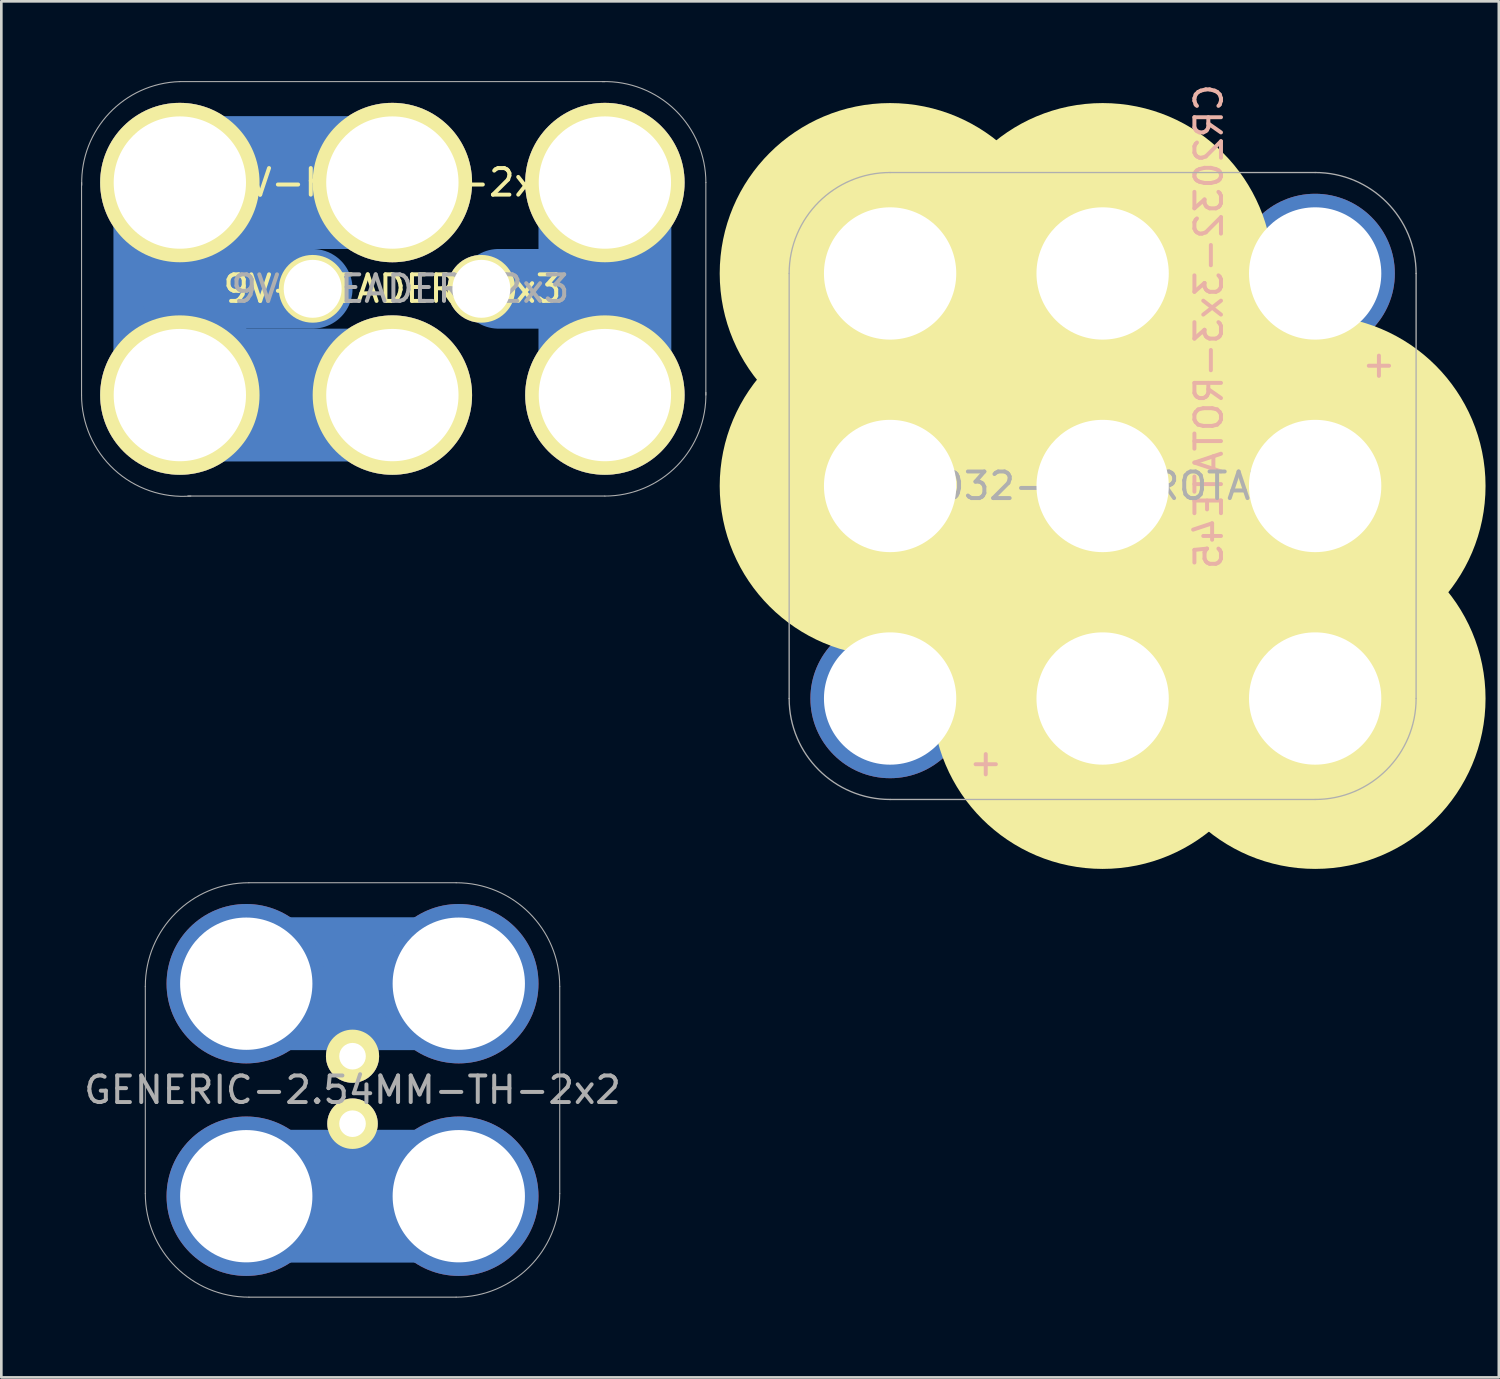
<source format=kicad_pcb>
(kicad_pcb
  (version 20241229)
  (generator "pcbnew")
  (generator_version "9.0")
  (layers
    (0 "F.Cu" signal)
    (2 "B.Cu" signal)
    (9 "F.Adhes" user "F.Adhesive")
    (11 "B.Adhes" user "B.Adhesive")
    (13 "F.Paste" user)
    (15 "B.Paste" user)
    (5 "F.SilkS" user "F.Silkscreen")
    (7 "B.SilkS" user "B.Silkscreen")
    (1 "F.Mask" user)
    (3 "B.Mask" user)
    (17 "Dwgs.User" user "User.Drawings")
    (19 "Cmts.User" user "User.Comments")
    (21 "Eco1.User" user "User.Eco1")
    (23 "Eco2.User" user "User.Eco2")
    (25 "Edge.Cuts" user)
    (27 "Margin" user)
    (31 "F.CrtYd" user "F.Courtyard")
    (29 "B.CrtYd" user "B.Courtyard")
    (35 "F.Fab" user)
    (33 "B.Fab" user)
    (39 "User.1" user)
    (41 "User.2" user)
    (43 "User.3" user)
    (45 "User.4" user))
  (footprint "GENERIC-2.54MM-TH-2x2"
    (layer "F.Cu")
    (at 6.22 41.979)
    (property "Reference" "GENERIC-2.54MM-TH-2x2" (at 4 -4 0) (layer "F.Fab") (effects (font (size 1 1) (thickness 0.15))))
    (attr through_hole)
    (fp_line (start 8 -8) (end 0 -8) (stroke (width 5) (type solid)) (layer "B.Cu"))
    (fp_line (start 8 0) (end 0 0) (stroke (width 5) (type solid)) (layer "B.Cu"))
    (fp_line (start 0 0) (end 8 0) (stroke (width 5) (type solid)) (layer "B.Mask"))
    (fp_line (start 8 -8) (end 0 -8) (stroke (width 5) (type solid)) (layer "B.Mask"))
    (fp_line (start -3.8 -0.1) (end -3.8 -7.9) (stroke (width 0.041) (type solid)) (layer "F.Fab"))
    (fp_line (start 7.9 -11.8) (end 0.1 -11.8) (stroke (width 0.041) (type solid)) (layer "F.Fab"))
    (fp_line (start 7.9 3.8) (end 0.1 3.8) (stroke (width 0.041) (type solid)) (layer "F.Fab"))
    (fp_line (start 11.8 -0.1) (end 11.8 -7.9) (stroke (width 0.041) (type solid)) (layer "F.Fab"))
    (fp_arc (start -3.8 -7.9) (mid -2.657716 -10.657716) (end 0.1 -11.8) (stroke (width 0.04064) (type solid)) (layer "F.Fab"))
    (fp_arc (start 0.1 3.8) (mid -2.657716 2.657716) (end -3.8 -0.1) (stroke (width 0.04064) (type solid)) (layer "F.Fab"))
    (fp_arc (start 7.9 -11.8) (mid 10.657716 -10.657716) (end 11.8 -7.9) (stroke (width 0.04064) (type solid)) (layer "F.Fab"))
    (fp_arc (start 11.8 -0.1) (mid 10.657716 2.657716) (end 7.9 3.8) (stroke (width 0.04064) (type solid)) (layer "F.Fab"))
    (pad "1" thru_hole circle (at 0 -8) (size 6 6) (drill 4.98) (layers "*.Cu" "*.Mask"))
    (pad "1" thru_hole circle (at 4 -5.27) (size 2 2) (drill 1.001) (layers "*.Cu" "*.Mask" "F.SilkS"))
    (pad "1" thru_hole circle (at 8 -8) (size 6 6) (drill 4.98) (layers "*.Cu" "*.Mask"))
    (pad "2" thru_hole circle (at 0 0) (size 6 6) (drill 4.98) (layers "*.Cu" "*.Mask"))
    (pad "2" thru_hole circle (at 4 -2.73 270) (size 1.9 1.9) (drill 1.001) (layers "*.Cu" "*.Mask" "F.SilkS"))
    (pad "2" thru_hole circle (at 8 0) (size 6 6) (drill 4.98) (layers "*.Cu" "*.Mask")))
  (footprint "CR2032-3x3-ROTATE45"
    (layer "F.Cu")
    (at 30.456 23.244)
    (property "Reference" "CR2032-3x3-ROTATE45" (at 12 -14 90) (layer "B.SilkS") (effects (font (size 1 1) (thickness 0.15)) (justify mirror)))
    (attr through_hole)
    (fp_line (start 0 -16) (end 16 0) (stroke (width 5) (type solid)) (layer "B.Cu"))
    (fp_line (start 0 -8) (end 16 -8) (stroke (width 5) (type solid)) (layer "B.Cu"))
    (fp_line (start 8 -16) (end 8 0) (stroke (width 5) (type solid)) (layer "B.Cu"))
    (fp_line (start 0 -16) (end 16 0) (stroke (width 5) (type solid)) (layer "B.Mask"))
    (fp_line (start 0 -8) (end 16 -8) (stroke (width 5) (type solid)) (layer "B.Mask"))
    (fp_line (start 8 -16) (end 8 0) (stroke (width 5) (type solid)) (layer "B.Mask"))
    (fp_circle (center 0 -16) (end 1 -15) (stroke (width 5) (type solid)) (fill no) (layer "F.SilkS"))
    (fp_circle (center 0 -8) (end 1 -7) (stroke (width 5) (type solid)) (fill no) (layer "F.SilkS"))
    (fp_circle (center 8 -16) (end 9 -15) (stroke (width 5) (type solid)) (fill no) (layer "F.SilkS"))
    (fp_circle (center 8 -8) (end 9 -7) (stroke (width 9) (type solid)) (fill no) (layer "F.SilkS"))
    (fp_circle (center 8 0) (end 9 1) (stroke (width 5) (type solid)) (fill no) (layer "F.SilkS"))
    (fp_circle (center 16 -8) (end 17 -7) (stroke (width 5) (type solid)) (fill no) (layer "F.SilkS"))
    (fp_circle (center 16 0) (end 17.414 0) (stroke (width 5) (type solid)) (fill no) (layer "F.SilkS"))
    (fp_line (start -3.8 -16) (end -3.8 0) (stroke (width 0.05) (type solid)) (layer "F.Fab"))
    (fp_line (start 0 -19.8) (end 16 -19.8) (stroke (width 0.05) (type solid)) (layer "F.Fab"))
    (fp_line (start 0 3.8) (end 16 3.8) (stroke (width 0.05) (type solid)) (layer "F.Fab"))
    (fp_line (start 19.8 -16) (end 19.8 0) (stroke (width 0.05) (type solid)) (layer "F.Fab"))
    (fp_arc (start -3.8 -16) (mid -2.687006 -18.687006) (end 0 -19.8) (stroke (width 0.05) (type solid)) (layer "F.Fab"))
    (fp_arc (start 0 3.8) (mid -2.687006 2.687006) (end -3.8 0) (stroke (width 0.05) (type solid)) (layer "F.Fab"))
    (fp_arc (start 16 -19.8) (mid 18.687006 -18.687006) (end 19.8 -16) (stroke (width 0.05) (type solid)) (layer "F.Fab"))
    (fp_arc (start 19.8 0) (mid 18.687006 2.687006) (end 16 3.8) (stroke (width 0.05) (type solid)) (layer "F.Fab"))
    (fp_text user "+" (at 18.4 -12.6 0) (layer "F.SilkS") (effects (font (size 1 1) (thickness 0.15))))
    (fp_text user "+" (at 3.6 2.4 0) (layer "F.SilkS") (effects (font (size 1 1) (thickness 0.15))))
    (fp_text user "+" (at 3.6 2.4 0) (layer "B.SilkS") (effects (font (size 1 1) (thickness 0.15)) (justify mirror)))
    (fp_text user "+" (at 18.4 -12.6 0) (layer "B.SilkS") (effects (font (size 1 1) (thickness 0.15)) (justify mirror)))
    (fp_text user "${REFERENCE}" (at 8 -8 0) (layer "F.Fab") (effects (font (size 1 1) (thickness 0.15))))
    (pad "+" thru_hole circle (at 0 0) (size 6 6) (drill 4.98) (layers "*.Cu" "*.Mask"))
    (pad "+" thru_hole circle (at 16 -16) (size 6 6) (drill 4.98) (layers "*.Cu" "*.Mask"))
    (pad "GND" thru_hole circle (at 0 -16) (size 6 6) (drill 4.98) (layers "*.Cu" "*.Mask"))
    (pad "GND" thru_hole circle (at 0 -8) (size 6 6) (drill 4.98) (layers "*.Cu" "*.Mask"))
    (pad "GND" thru_hole circle (at 8 -16) (size 6 6) (drill 4.98) (layers "*.Cu" "*.Mask"))
    (pad "GND" thru_hole circle (at 8 -8) (size 9 9) (drill 4.98) (layers "*.Cu" "*.Mask"))
    (pad "GND" thru_hole circle (at 8 0) (size 6 6) (drill 4.98) (layers "*.Cu" "*.Mask"))
    (pad "GND" thru_hole circle (at 16 -8) (size 6 6) (drill 4.98) (layers "*.Cu" "*.Mask"))
    (pad "GND" thru_hole circle (at 16 0) (size 6 6) (drill 4.98) (layers "*.Cu" "*.Mask")))
  (footprint "9V-HEADER-2x3"
    (layer "F.Cu")
    (at 3.72 11.822)
    (property "Reference" "9V-HEADER-2x3" (at 8 -8 0) (layer "F.SilkS") (effects (font (size 1 1) (thickness 0.15))))
    (attr through_hole)
    (fp_line (start 0 -8) (end 0 0) (stroke (width 5) (type solid)) (layer "B.Cu"))
    (fp_line (start 0 0) (end 8 0) (stroke (width 5) (type solid)) (layer "B.Cu"))
    (fp_line (start 5 -4) (end 0 -4) (stroke (width 3) (type solid)) (layer "B.Cu"))
    (fp_line (start 8 -8) (end 0 -8) (stroke (width 5) (type solid)) (layer "B.Cu"))
    (fp_line (start 12 -4) (end 16 -4) (stroke (width 3) (type solid)) (layer "B.Cu"))
    (fp_line (start 16 -8) (end 16 0) (stroke (width 5) (type solid)) (layer "B.Cu"))
    (fp_line (start 0 -8) (end 0 0) (stroke (width 5) (type solid)) (layer "B.Mask"))
    (fp_line (start 0 0) (end 8 0) (stroke (width 5) (type solid)) (layer "B.Mask"))
    (fp_line (start 5 -4) (end 0 -4) (stroke (width 3) (type solid)) (layer "B.Mask"))
    (fp_line (start 8 -8) (end 0 -8) (stroke (width 5) (type solid)) (layer "B.Mask"))
    (fp_line (start 12 -4) (end 16 -4) (stroke (width 3) (type solid)) (layer "B.Mask"))
    (fp_line (start 16 -8) (end 16 0) (stroke (width 5) (type solid)) (layer "B.Mask"))
    (fp_line (start -3.7 -8) (end -3.7 0) (stroke (width 0.041) (type solid)) (layer "F.Fab"))
    (fp_line (start 16 -11.8) (end 0 -11.8) (stroke (width 0.041) (type solid)) (layer "F.Fab"))
    (fp_line (start 16 3.8) (end 0.3 3.8) (stroke (width 0.041) (type solid)) (layer "F.Fab"))
    (fp_line (start 19.8 -8) (end 19.8 0) (stroke (width 0.041) (type solid)) (layer "F.Fab"))
    (fp_arc (start -3.693368 -7.90018) (mid -2.653367 -10.614068) (end 0 -11.8) (stroke (width 0.04064) (type solid)) (layer "F.Fab"))
    (fp_arc (start 0.411824 3.8) (mid -2.475303 2.799424) (end -3.7 0) (stroke (width 0.04064) (type solid)) (layer "F.Fab"))
    (fp_arc (start 15.9 -11.8) (mid 18.652345 -10.723062) (end 19.801316 -8) (stroke (width 0.04064) (type solid)) (layer "F.Fab"))
    (fp_arc (start 19.8 -0.1) (mid 18.723062 2.652345) (end 16 3.801316) (stroke (width 0.04064) (type solid)) (layer "F.Fab"))
    (fp_text user "${REFERENCE}" (at 8 -4 0) (layer "F.SilkS") (effects (font (size 1 1) (thickness 0.15))))
    (fp_text user "${REFERENCE}" (at 8.3 -4 0) (layer "F.Fab") (effects (font (size 1 1) (thickness 0.15))))
    (pad "+" thru_hole circle (at 0 -8) (size 6 6) (drill 4.98) (layers "*.Cu" "*.Mask" "F.SilkS"))
    (pad "+" thru_hole circle (at 0 0) (size 6 6) (drill 4.98) (layers "*.Cu" "*.Mask" "F.SilkS"))
    (pad "+" thru_hole circle (at 5 -4) (size 2.55 2.55) (drill 2.18) (layers "*.Cu" "*.Mask" "F.SilkS"))
    (pad "+" thru_hole circle (at 8 -8) (size 6 6) (drill 4.98) (layers "*.Cu" "*.Mask" "F.SilkS"))
    (pad "+" thru_hole circle (at 8 0) (size 6 6) (drill 4.98) (layers "*.Cu" "*.Mask" "F.SilkS"))
    (pad "-" thru_hole circle (at 11.35 -4) (size 2.55 2.55) (drill 2.18) (layers "*.Cu" "*.Mask" "F.SilkS"))
    (pad "-" thru_hole circle (at 16 -8) (size 6 6) (drill 4.98) (layers "*.Cu" "*.Mask" "F.SilkS"))
    (pad "-" thru_hole circle (at 16 0) (size 6 6) (drill 4.98) (layers "*.Cu" "*.Mask" "F.SilkS")))
  (gr_rect
    (start -3 -3)
    (end 53.37 48.799)
    (stroke (width 0.1) (type default))
    (fill no)
    (layer "Edge.Cuts")))
</source>
